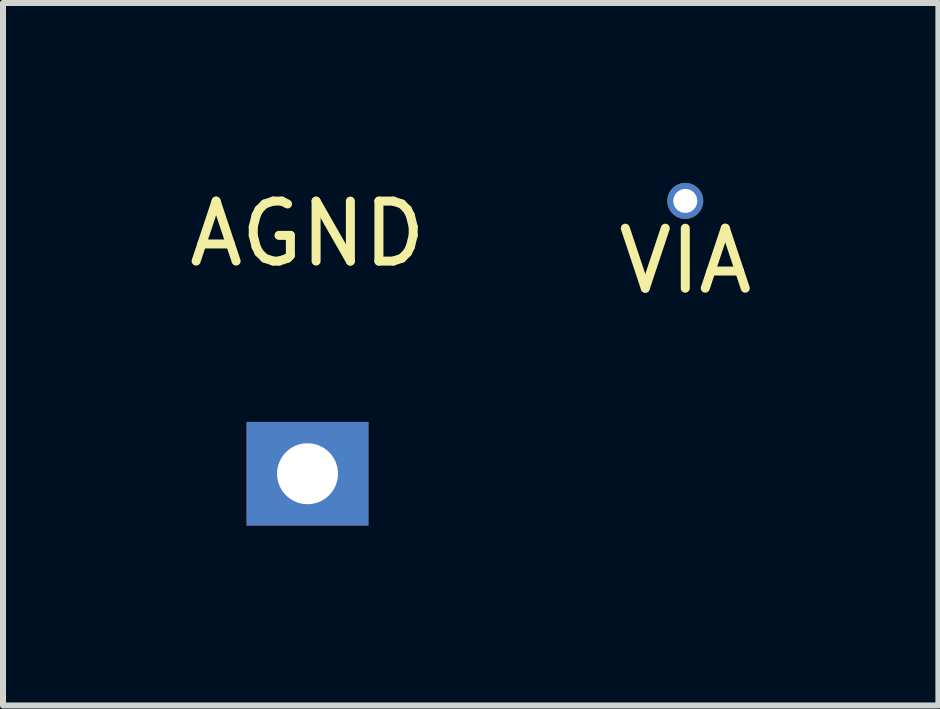
<source format=kicad_pcb>
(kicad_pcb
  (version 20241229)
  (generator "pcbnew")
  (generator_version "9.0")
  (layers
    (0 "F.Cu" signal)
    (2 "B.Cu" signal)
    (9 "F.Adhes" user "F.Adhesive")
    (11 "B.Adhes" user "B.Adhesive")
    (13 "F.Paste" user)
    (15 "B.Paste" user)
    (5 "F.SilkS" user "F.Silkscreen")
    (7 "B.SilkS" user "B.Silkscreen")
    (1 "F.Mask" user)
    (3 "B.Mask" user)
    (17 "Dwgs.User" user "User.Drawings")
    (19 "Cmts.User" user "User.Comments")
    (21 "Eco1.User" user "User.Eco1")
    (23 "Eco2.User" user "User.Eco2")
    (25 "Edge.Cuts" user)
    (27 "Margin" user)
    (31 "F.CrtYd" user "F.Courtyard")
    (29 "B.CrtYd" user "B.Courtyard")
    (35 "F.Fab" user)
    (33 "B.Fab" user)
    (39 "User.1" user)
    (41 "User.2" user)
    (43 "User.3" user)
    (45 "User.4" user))
  (footprint "AGND"
    (layer "F.Cu")
    (at 2.077 4.848)
    (property "Reference" "AGND" (at 0 -4 0) (layer "F.SilkS") (effects (font (size 1 1) (thickness 0.15))))
    (attr through_hole)
    (pad "1" thru_hole rect (at 0 0 90) (size 1.727 2.032) (drill 1.016) (layers "*.Cu" "*.Mask")))
  (footprint "VIA"
    (layer "F.Cu")
    (at 8.375 0.3)
    (property "Reference" "VIA" (at 0 1 0) (layer "F.SilkS") (effects (font (size 1 1) (thickness 0.15))))
    (attr through_hole)
    (pad "0" thru_hole circle (at 0 0) (size 0.6 0.6) (drill 0.4) (layers "*.Cu")))
  (gr_rect
    (start -3 -3)
    (end 12.595 8.712)
    (stroke (width 0.1) (type default))
    (fill no)
    (layer "Edge.Cuts")))
</source>
